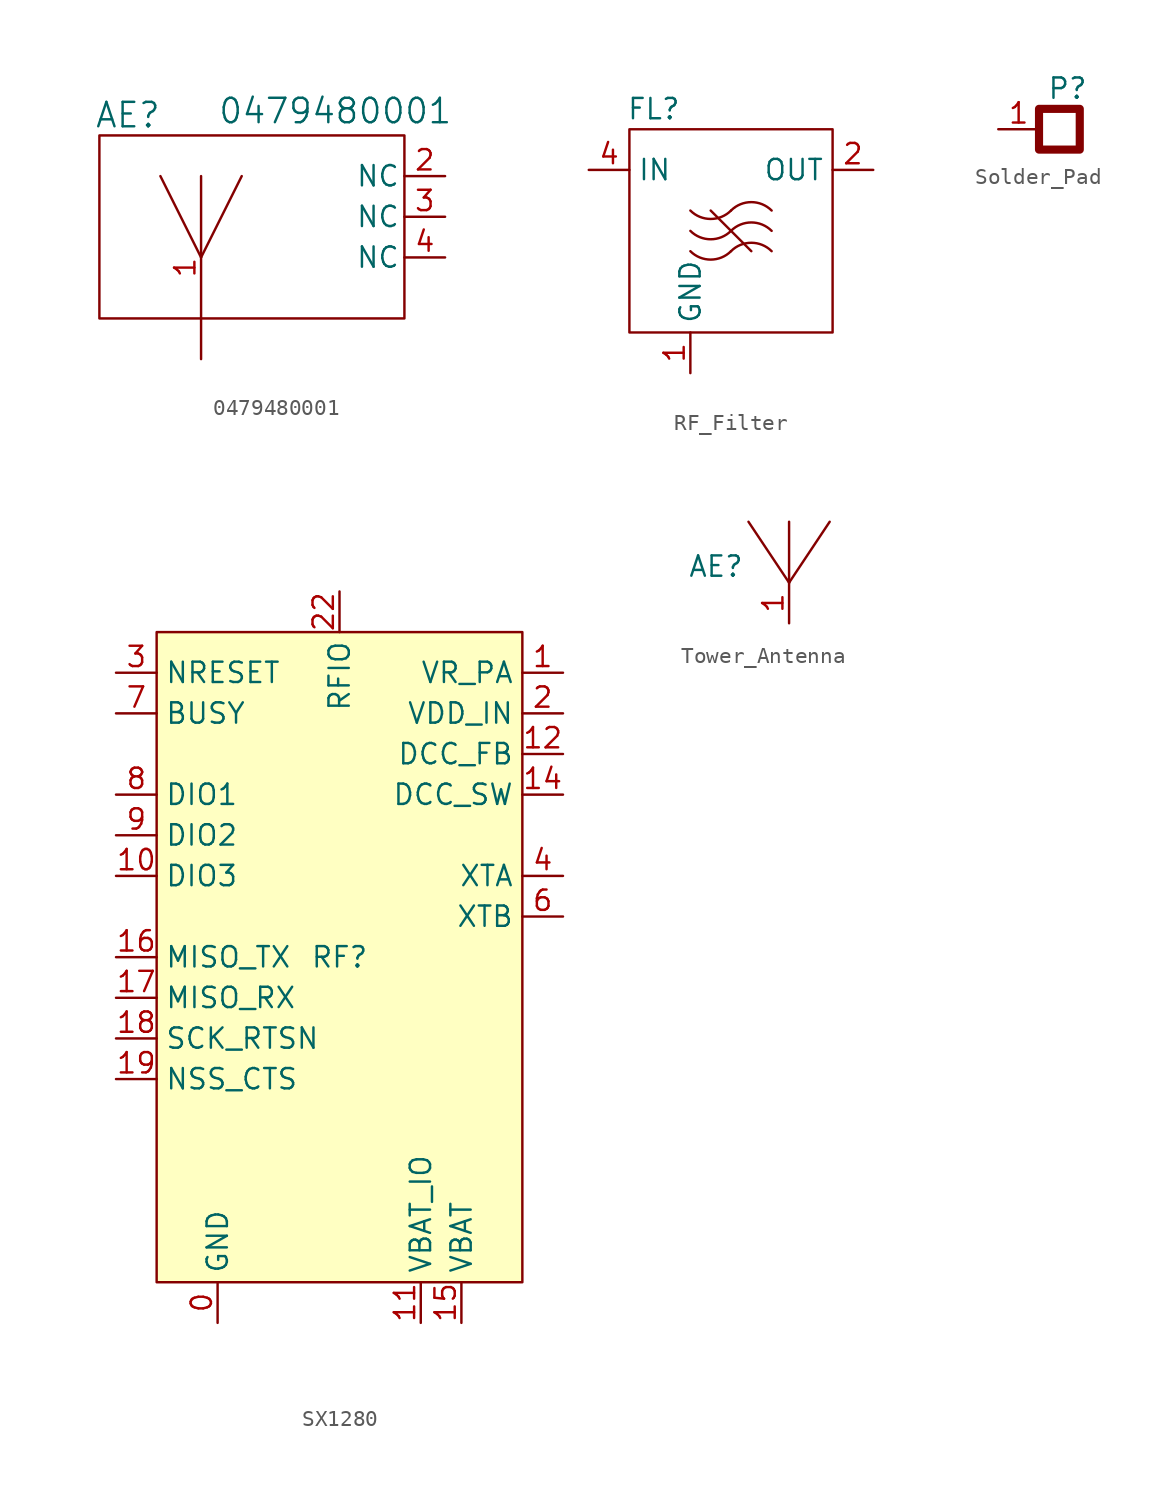
<source format=kicad_sym>
(kicad_symbol_lib
  (version 20231120)
  (generator "kicad_symbol_editor")
  (generator_version "8.0")
  (symbol "0479480001"
    (pin_names
      (offset 0.254))
    (property "Reference" "AE"
      (at -4.572 12.7 0)
      (effects (font (size 1.524 1.524))))
    (property "Value" "0479480001"
      (at 8.382 12.954 0)
      (effects (font (size 1.524 1.524))))
    (symbol "0479480001_0_1"
      (rectangle (start -6.35 0) (end 12.7 11.43) (stroke (width 0) (type default)) (fill (type none)))
      (polyline (pts (xy 0 3.81) (xy -2.54 8.89)) (stroke (width 0) (type default)) (fill (type none)))
      (polyline (pts (xy 0 3.81) (xy 2.54 8.89)) (stroke (width 0) (type default)) (fill (type none))))
    (symbol "0479480001_1_1"
      (pin unspecified line (at 0 -2.54 90) (length 11.43) (name "" (effects (font (size 1.27 1.27)))) (number "1" (effects (font (size 1.27 1.27)))))
      (pin passive line (at 15.24 8.89 180) (length 2.54) (name "NC" (effects (font (size 1.27 1.27)))) (number "2" (effects (font (size 1.27 1.27)))))
      (pin passive line (at 15.24 6.35 180) (length 2.54) (name "NC" (effects (font (size 1.27 1.27)))) (number "3" (effects (font (size 1.27 1.27)))))
      (pin passive line (at 15.24 3.81 180) (length 2.54) (name "NC" (effects (font (size 1.27 1.27)))) (number "4" (effects (font (size 1.27 1.27)))))))
  (symbol "RF_Filter"
    (property "Reference" "FL"
      (at -4.826 7.62 0)
      (effects (font (size 1.27 1.27))))
    (property "Value" ""
      (at 0 0 0)
      (effects (font (size 1.27 1.27))))
    (symbol "RF_Filter_0_1"
      (rectangle (start -6.35 6.35) (end 6.35 -6.35) (stroke (width 0) (type default)) (fill (type none)))
      (arc (start -2.54 -1.27) (mid -1.27 -1.7961) (end 0 -1.27) (stroke (width 0) (type default)) (fill (type none)))
      (arc (start -2.54 0) (mid -1.27 -0.5261) (end 0 0) (stroke (width 0) (type default)) (fill (type none)))
      (arc (start -2.54 1.27) (mid -1.27 0.7439) (end 0 1.27) (stroke (width 0) (type default)) (fill (type none)))
      (polyline (pts (xy -1.27 1.27) (xy 1.27 -1.27)) (stroke (width 0) (type default)) (fill (type none)))
      (arc (start 2.54 -1.27) (mid 1.27 -0.7439) (end 0 -1.27) (stroke (width 0) (type default)) (fill (type none)))
      (arc (start 2.54 0) (mid 1.27 0.5261) (end 0 0) (stroke (width 0) (type default)) (fill (type none)))
      (arc (start 2.54 1.27) (mid 1.27 1.7961) (end 0 1.27) (stroke (width 0) (type default)) (fill (type none))))
    (symbol "RF_Filter_1_1"
      (pin power_in line (at -2.54 -8.89 90) (length 2.54) (name "GND" (effects (font (size 1.27 1.27)))) (number "1" (effects (font (size 1.27 1.27)))))
      (pin bidirectional line (at 8.89 3.81 180) (length 2.54) (name "OUT" (effects (font (size 1.27 1.27)))) (number "2" (effects (font (size 1.27 1.27)))))
      (pin power_in line (at -2.54 -8.89 90) (length 2.54) hide (name "GND" (effects (font (size 1.27 1.27)))) (number "3" (effects (font (size 1.27 1.27)))))
      (pin bidirectional line (at -8.89 3.81 0) (length 2.54) (name "IN" (effects (font (size 1.27 1.27)))) (number "4" (effects (font (size 1.27 1.27)))))))
  (symbol "Solder_Pad"
    (property "Reference" "P"
      (at 1.778 2.54 0)
      (effects (font (size 1.27 1.27))))
    (property "Value" ""
      (at 0 0 0)
      (effects (font (size 1.27 1.27))))
    (symbol "Solder_Pad_1_1"
      (rectangle (start 0 1.27) (end 2.54 -1.27) (stroke (width 0.508) (type solid)) (fill (type none)))
      (pin unspecified line (at -2.54 0 0) (length 2.54) (name "" (effects (font (size 1.27 1.27)))) (number "1" (effects (font (size 1.27 1.27)))))))
  (symbol "SX1280"
    (property "Reference" "RF"
      (at 0 0 0)
      (effects (font (size 1.27 1.27))))
    (property "Value" ""
      (at 0 0 0)
      (effects (font (size 1.27 1.27))))
    (symbol "SX1280_1_1"
      (rectangle (start -11.43 20.32) (end 11.43 -20.32) (stroke (width 0) (type default)) (fill (type background)))
      (pin power_in line (at -7.62 -22.86 90) (length 2.54) (name "GND" (effects (font (size 1.27 1.27)))) (number "0" (effects (font (size 1.27 1.27)))))
      (pin power_in line (at 13.97 17.78 180) (length 2.54) (name "VR_PA" (effects (font (size 1.27 1.27)))) (number "1" (effects (font (size 1.27 1.27)))))
      (pin bidirectional line (at -13.97 5.08 0) (length 2.54) (name "DIO3" (effects (font (size 1.27 1.27)))) (number "10" (effects (font (size 1.27 1.27)))))
      (pin power_in line (at 5.08 -22.86 90) (length 2.54) (name "VBAT_IO" (effects (font (size 1.27 1.27)))) (number "11" (effects (font (size 1.27 1.27)))))
      (pin power_out line (at 13.97 12.7 180) (length 2.54) (name "DCC_FB" (effects (font (size 1.27 1.27)))) (number "12" (effects (font (size 1.27 1.27)))))
      (pin power_in line (at -7.62 -22.86 90) (length 2.54) hide (name "GND" (effects (font (size 1.27 1.27)))) (number "13" (effects (font (size 1.27 1.27)))))
      (pin power_out line (at 13.97 10.16 180) (length 2.54) (name "DCC_SW" (effects (font (size 1.27 1.27)))) (number "14" (effects (font (size 1.27 1.27)))))
      (pin power_in line (at 7.62 -22.86 90) (length 2.54) (name "VBAT" (effects (font (size 1.27 1.27)))) (number "15" (effects (font (size 1.27 1.27)))))
      (pin tri_state line (at -13.97 0 0) (length 2.54) (name "MISO_TX" (effects (font (size 1.27 1.27)))) (number "16" (effects (font (size 1.27 1.27)))))
      (pin input line (at -13.97 -2.54 0) (length 2.54) (name "MISO_RX" (effects (font (size 1.27 1.27)))) (number "17" (effects (font (size 1.27 1.27)))))
      (pin input line (at -13.97 -5.08 0) (length 2.54) (name "SCK_RTSN" (effects (font (size 1.27 1.27)))) (number "18" (effects (font (size 1.27 1.27)))))
      (pin input line (at -13.97 -7.62 0) (length 2.54) (name "NSS_CTS" (effects (font (size 1.27 1.27)))) (number "19" (effects (font (size 1.27 1.27)))))
      (pin power_in line (at 13.97 15.24 180) (length 2.54) (name "VDD_IN" (effects (font (size 1.27 1.27)))) (number "2" (effects (font (size 1.27 1.27)))))
      (pin power_in line (at -7.62 -22.86 90) (length 2.54) hide (name "GND" (effects (font (size 1.27 1.27)))) (number "20" (effects (font (size 1.27 1.27)))))
      (pin power_in line (at -7.62 -22.86 90) (length 2.54) hide (name "GND" (effects (font (size 1.27 1.27)))) (number "21" (effects (font (size 1.27 1.27)))))
      (pin bidirectional line (at 0 22.86 270) (length 2.54) (name "RFIO" (effects (font (size 1.27 1.27)))) (number "22" (effects (font (size 1.27 1.27)))))
      (pin power_in line (at -7.62 -22.86 90) (length 2.54) hide (name "GND" (effects (font (size 1.27 1.27)))) (number "23" (effects (font (size 1.27 1.27)))))
      (pin power_in line (at -7.62 -22.86 90) (length 2.54) hide (name "GND" (effects (font (size 1.27 1.27)))) (number "24" (effects (font (size 1.27 1.27)))))
      (pin input line (at -13.97 17.78 0) (length 2.54) (name "NRESET" (effects (font (size 1.27 1.27)))) (number "3" (effects (font (size 1.27 1.27)))))
      (pin input line (at 13.97 5.08 180) (length 2.54) (name "XTA" (effects (font (size 1.27 1.27)))) (number "4" (effects (font (size 1.27 1.27)))))
      (pin power_in line (at -7.62 -22.86 90) (length 2.54) hide (name "GND" (effects (font (size 1.27 1.27)))) (number "5" (effects (font (size 1.27 1.27)))))
      (pin output line (at 13.97 2.54 180) (length 2.54) (name "XTB" (effects (font (size 1.27 1.27)))) (number "6" (effects (font (size 1.27 1.27)))))
      (pin output line (at -13.97 15.24 0) (length 2.54) (name "BUSY" (effects (font (size 1.27 1.27)))) (number "7" (effects (font (size 1.27 1.27)))))
      (pin bidirectional line (at -13.97 10.16 0) (length 2.54) (name "DIO1" (effects (font (size 1.27 1.27)))) (number "8" (effects (font (size 1.27 1.27)))))
      (pin bidirectional line (at -13.97 7.62 0) (length 2.54) (name "DIO2" (effects (font (size 1.27 1.27)))) (number "9" (effects (font (size 1.27 1.27)))))))
  (symbol "Tower_Antenna"
    (property "Reference" "AE"
      (at -4.572 1.016 0)
      (effects (font (size 1.27 1.27))))
    (property "Value" ""
      (at 0 0 0)
      (effects (font (size 1.27 1.27))))
    (symbol "Tower_Antenna_0_1"
      (polyline (pts (xy 0 0) (xy -2.54 3.81)) (stroke (width 0) (type default)) (fill (type none)))
      (polyline (pts (xy 0 0) (xy 2.54 3.81)) (stroke (width 0) (type default)) (fill (type none)))
      (polyline (pts (xy 0 3.81) (xy 0 0)) (stroke (width 0) (type default)) (fill (type none))))
    (symbol "Tower_Antenna_1_1"
      (pin bidirectional line (at 0 -2.54 90) (length 2.54) (name "" (effects (font (size 1.27 1.27)))) (number "1" (effects (font (size 1.27 1.27))))))))
</source>
